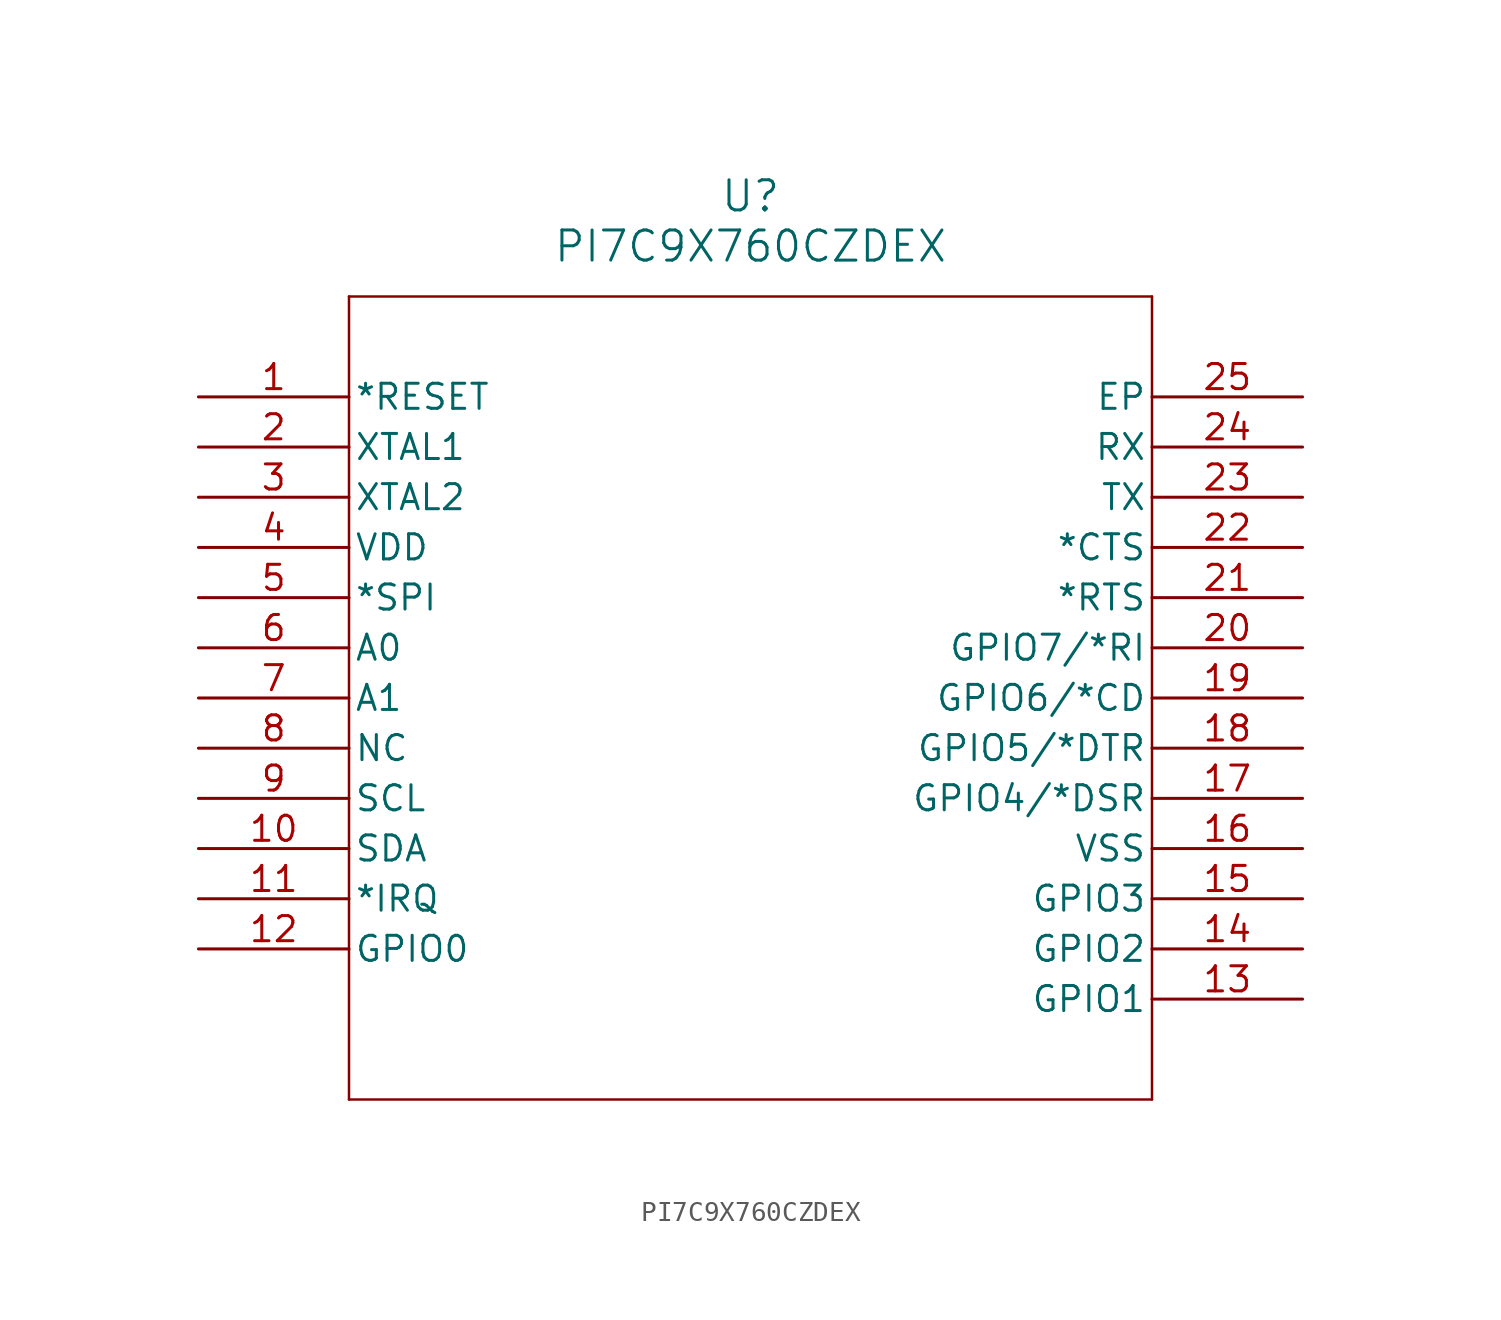
<source format=kicad_sym>
(kicad_symbol_lib
  (version 20211014)
  (generator kicad_symbol_editor)
  (symbol "PI7C9X760CZDEX"
    (pin_names
      (offset 0.254))
    (property "Reference" "U"
      (at 27.94 10.16 0)
      (effects (font (size 1.524 1.524))))
    (property "Value" "PI7C9X760CZDEX"
      (at 27.94 7.62 0)
      (effects (font (size 1.524 1.524))))
    (symbol "PI7C9X760CZDEX_0_1"
      (polyline (pts (xy 7.62 5.08) (xy 7.62 -35.56)) (stroke (width 0.127) (type default) (color 0 0 0 0)) (fill (type none)))
      (polyline (pts (xy 7.62 -35.56) (xy 48.26 -35.56)) (stroke (width 0.127) (type default) (color 0 0 0 0)) (fill (type none)))
      (polyline (pts (xy 48.26 -35.56) (xy 48.26 5.08)) (stroke (width 0.127) (type default) (color 0 0 0 0)) (fill (type none)))
      (polyline (pts (xy 48.26 5.08) (xy 7.62 5.08)) (stroke (width 0.127) (type default) (color 0 0 0 0)) (fill (type none)))
      (pin unspecified line (at 0 0 0) (length 7.62) (name "*RESET" (effects (font (size 1.27 1.27)))) (number "1" (effects (font (size 1.27 1.27)))))
      (pin unspecified line (at 0 -2.54 0) (length 7.62) (name "XTAL1" (effects (font (size 1.27 1.27)))) (number "2" (effects (font (size 1.27 1.27)))))
      (pin unspecified line (at 0 -5.08 0) (length 7.62) (name "XTAL2" (effects (font (size 1.27 1.27)))) (number "3" (effects (font (size 1.27 1.27)))))
      (pin unspecified line (at 0 -7.62 0) (length 7.62) (name "VDD" (effects (font (size 1.27 1.27)))) (number "4" (effects (font (size 1.27 1.27)))))
      (pin unspecified line (at 0 -10.16 0) (length 7.62) (name "*SPI" (effects (font (size 1.27 1.27)))) (number "5" (effects (font (size 1.27 1.27)))))
      (pin unspecified line (at 0 -12.7 0) (length 7.62) (name "A0" (effects (font (size 1.27 1.27)))) (number "6" (effects (font (size 1.27 1.27)))))
      (pin unspecified line (at 0 -15.24 0) (length 7.62) (name "A1" (effects (font (size 1.27 1.27)))) (number "7" (effects (font (size 1.27 1.27)))))
      (pin unspecified line (at 0 -17.78 0) (length 7.62) (name "NC" (effects (font (size 1.27 1.27)))) (number "8" (effects (font (size 1.27 1.27)))))
      (pin unspecified line (at 0 -20.32 0) (length 7.62) (name "SCL" (effects (font (size 1.27 1.27)))) (number "9" (effects (font (size 1.27 1.27)))))
      (pin unspecified line (at 0 -22.86 0) (length 7.62) (name "SDA" (effects (font (size 1.27 1.27)))) (number "10" (effects (font (size 1.27 1.27)))))
      (pin unspecified line (at 0 -25.4 0) (length 7.62) (name "*IRQ" (effects (font (size 1.27 1.27)))) (number "11" (effects (font (size 1.27 1.27)))))
      (pin unspecified line (at 0 -27.94 0) (length 7.62) (name "GPIO0" (effects (font (size 1.27 1.27)))) (number "12" (effects (font (size 1.27 1.27)))))
      (pin unspecified line (at 55.88 -30.48 180) (length 7.62) (name "GPIO1" (effects (font (size 1.27 1.27)))) (number "13" (effects (font (size 1.27 1.27)))))
      (pin unspecified line (at 55.88 -27.94 180) (length 7.62) (name "GPIO2" (effects (font (size 1.27 1.27)))) (number "14" (effects (font (size 1.27 1.27)))))
      (pin unspecified line (at 55.88 -25.4 180) (length 7.62) (name "GPIO3" (effects (font (size 1.27 1.27)))) (number "15" (effects (font (size 1.27 1.27)))))
      (pin unspecified line (at 55.88 -22.86 180) (length 7.62) (name "VSS" (effects (font (size 1.27 1.27)))) (number "16" (effects (font (size 1.27 1.27)))))
      (pin unspecified line (at 55.88 -20.32 180) (length 7.62) (name "GPIO4/*DSR" (effects (font (size 1.27 1.27)))) (number "17" (effects (font (size 1.27 1.27)))))
      (pin unspecified line (at 55.88 -17.78 180) (length 7.62) (name "GPIO5/*DTR" (effects (font (size 1.27 1.27)))) (number "18" (effects (font (size 1.27 1.27)))))
      (pin unspecified line (at 55.88 -15.24 180) (length 7.62) (name "GPIO6/*CD" (effects (font (size 1.27 1.27)))) (number "19" (effects (font (size 1.27 1.27)))))
      (pin unspecified line (at 55.88 -12.7 180) (length 7.62) (name "GPIO7/*RI" (effects (font (size 1.27 1.27)))) (number "20" (effects (font (size 1.27 1.27)))))
      (pin unspecified line (at 55.88 -10.16 180) (length 7.62) (name "*RTS" (effects (font (size 1.27 1.27)))) (number "21" (effects (font (size 1.27 1.27)))))
      (pin unspecified line (at 55.88 -7.62 180) (length 7.62) (name "*CTS" (effects (font (size 1.27 1.27)))) (number "22" (effects (font (size 1.27 1.27)))))
      (pin unspecified line (at 55.88 -5.08 180) (length 7.62) (name "TX" (effects (font (size 1.27 1.27)))) (number "23" (effects (font (size 1.27 1.27)))))
      (pin unspecified line (at 55.88 -2.54 180) (length 7.62) (name "RX" (effects (font (size 1.27 1.27)))) (number "24" (effects (font (size 1.27 1.27)))))
      (pin unspecified line (at 55.88 0 180) (length 7.62) (name "EP" (effects (font (size 1.27 1.27)))) (number "25" (effects (font (size 1.27 1.27))))))))
</source>
